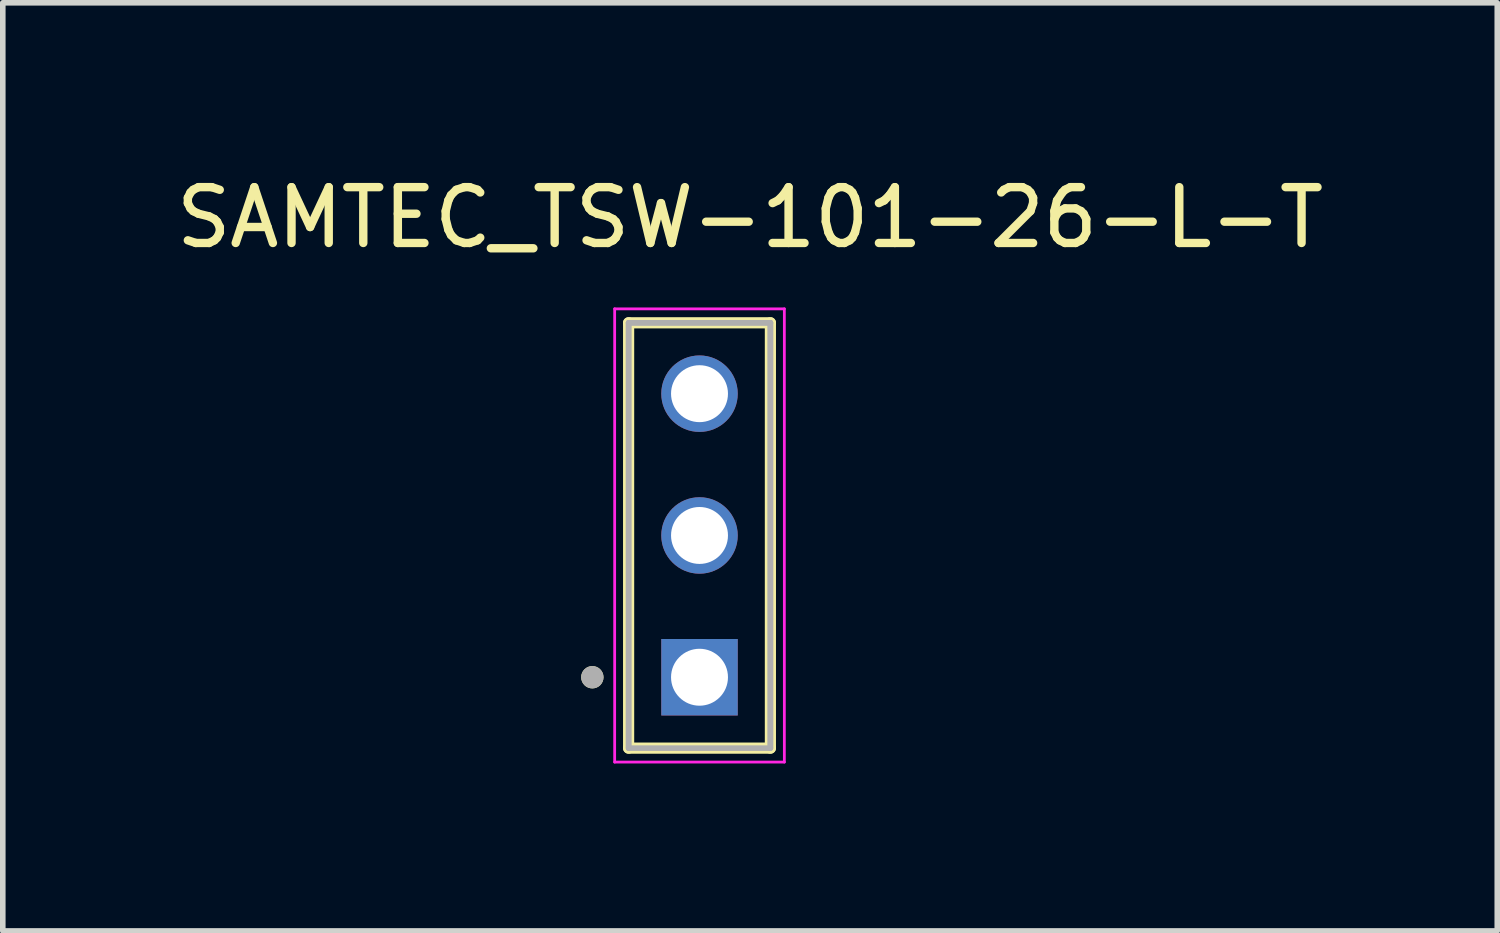
<source format=kicad_pcb>
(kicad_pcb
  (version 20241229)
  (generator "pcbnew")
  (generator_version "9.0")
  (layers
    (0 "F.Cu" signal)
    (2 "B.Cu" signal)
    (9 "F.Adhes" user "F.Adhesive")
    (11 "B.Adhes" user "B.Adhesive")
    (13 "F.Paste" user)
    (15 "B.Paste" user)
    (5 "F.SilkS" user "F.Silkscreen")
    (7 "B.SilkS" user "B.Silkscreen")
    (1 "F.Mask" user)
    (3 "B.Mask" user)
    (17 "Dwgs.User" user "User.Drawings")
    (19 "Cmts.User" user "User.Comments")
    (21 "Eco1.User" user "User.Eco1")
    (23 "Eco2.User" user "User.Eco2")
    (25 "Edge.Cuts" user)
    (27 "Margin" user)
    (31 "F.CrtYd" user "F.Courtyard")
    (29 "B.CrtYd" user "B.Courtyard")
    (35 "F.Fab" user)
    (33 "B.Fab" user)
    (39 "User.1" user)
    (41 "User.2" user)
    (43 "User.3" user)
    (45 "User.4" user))
  (footprint "SAMTEC_TSW-101-26-L-T"
    (layer "F.Cu")
    (at 9.482 9.083)
    (property "Reference" "SAMTEC_TSW-101-26-L-T" (at 0.905 -8.235 0) (layer "F.SilkS") (effects (font (size 1 1) (thickness 0.15))))
    (attr through_hole)
    (fp_line (start -1.27 1.27) (end -1.27 -6.35) (stroke (width 0.2) (type solid)) (layer "F.SilkS"))
    (fp_line (start 1.27 -6.35) (end -1.27 -6.35) (stroke (width 0.2) (type solid)) (layer "F.SilkS"))
    (fp_line (start 1.27 -6.35) (end 1.27 1.27) (stroke (width 0.2) (type solid)) (layer "F.SilkS"))
    (fp_line (start 1.27 1.27) (end -1.27 1.27) (stroke (width 0.2) (type solid)) (layer "F.SilkS"))
    (fp_circle (center -1.92 0) (end -1.82 0) (stroke (width 0.2) (type solid)) (fill no) (layer "F.SilkS"))
    (fp_line (start -1.52 -6.6) (end 1.52 -6.6) (stroke (width 0.05) (type solid)) (layer "F.CrtYd"))
    (fp_line (start -1.52 1.52) (end -1.52 -6.6) (stroke (width 0.05) (type solid)) (layer "F.CrtYd"))
    (fp_line (start 1.52 -6.6) (end 1.52 1.52) (stroke (width 0.05) (type solid)) (layer "F.CrtYd"))
    (fp_line (start 1.52 1.52) (end -1.52 1.52) (stroke (width 0.05) (type solid)) (layer "F.CrtYd"))
    (fp_line (start -1.27 -6.35) (end 1.27 -6.35) (stroke (width 0.1) (type solid)) (layer "F.Fab"))
    (fp_line (start -1.27 -6.35) (end 1.27 -6.35) (stroke (width 0.1) (type solid)) (layer "F.Fab"))
    (fp_line (start -1.27 1.27) (end -1.27 -6.35) (stroke (width 0.1) (type solid)) (layer "F.Fab"))
    (fp_line (start -1.27 1.27) (end -1.27 -6.35) (stroke (width 0.1) (type solid)) (layer "F.Fab"))
    (fp_line (start 1.27 -6.35) (end 1.27 1.27) (stroke (width 0.1) (type solid)) (layer "F.Fab"))
    (fp_line (start 1.27 -6.35) (end 1.27 1.27) (stroke (width 0.1) (type solid)) (layer "F.Fab"))
    (fp_line (start 1.27 1.27) (end -1.27 1.27) (stroke (width 0.1) (type solid)) (layer "F.Fab"))
    (fp_circle (center -1.92 0) (end -1.82 0) (stroke (width 0.2) (type solid)) (fill no) (layer "F.Fab"))
    (pad "01" thru_hole rect (at 0 0) (size 1.37 1.37) (drill 1.02) (layers "*.Cu" "*.Mask"))
    (pad "02" thru_hole circle (at 0 -2.54) (size 1.37 1.37) (drill 1.02) (layers "*.Cu" "*.Mask"))
    (pad "03" thru_hole circle (at 0 -5.08) (size 1.37 1.37) (drill 1.02) (layers "*.Cu" "*.Mask")))
  (gr_rect
    (start -3 -3)
    (end 23.774 13.628)
    (stroke (width 0.1) (type default))
    (fill no)
    (layer "Edge.Cuts")))
</source>
